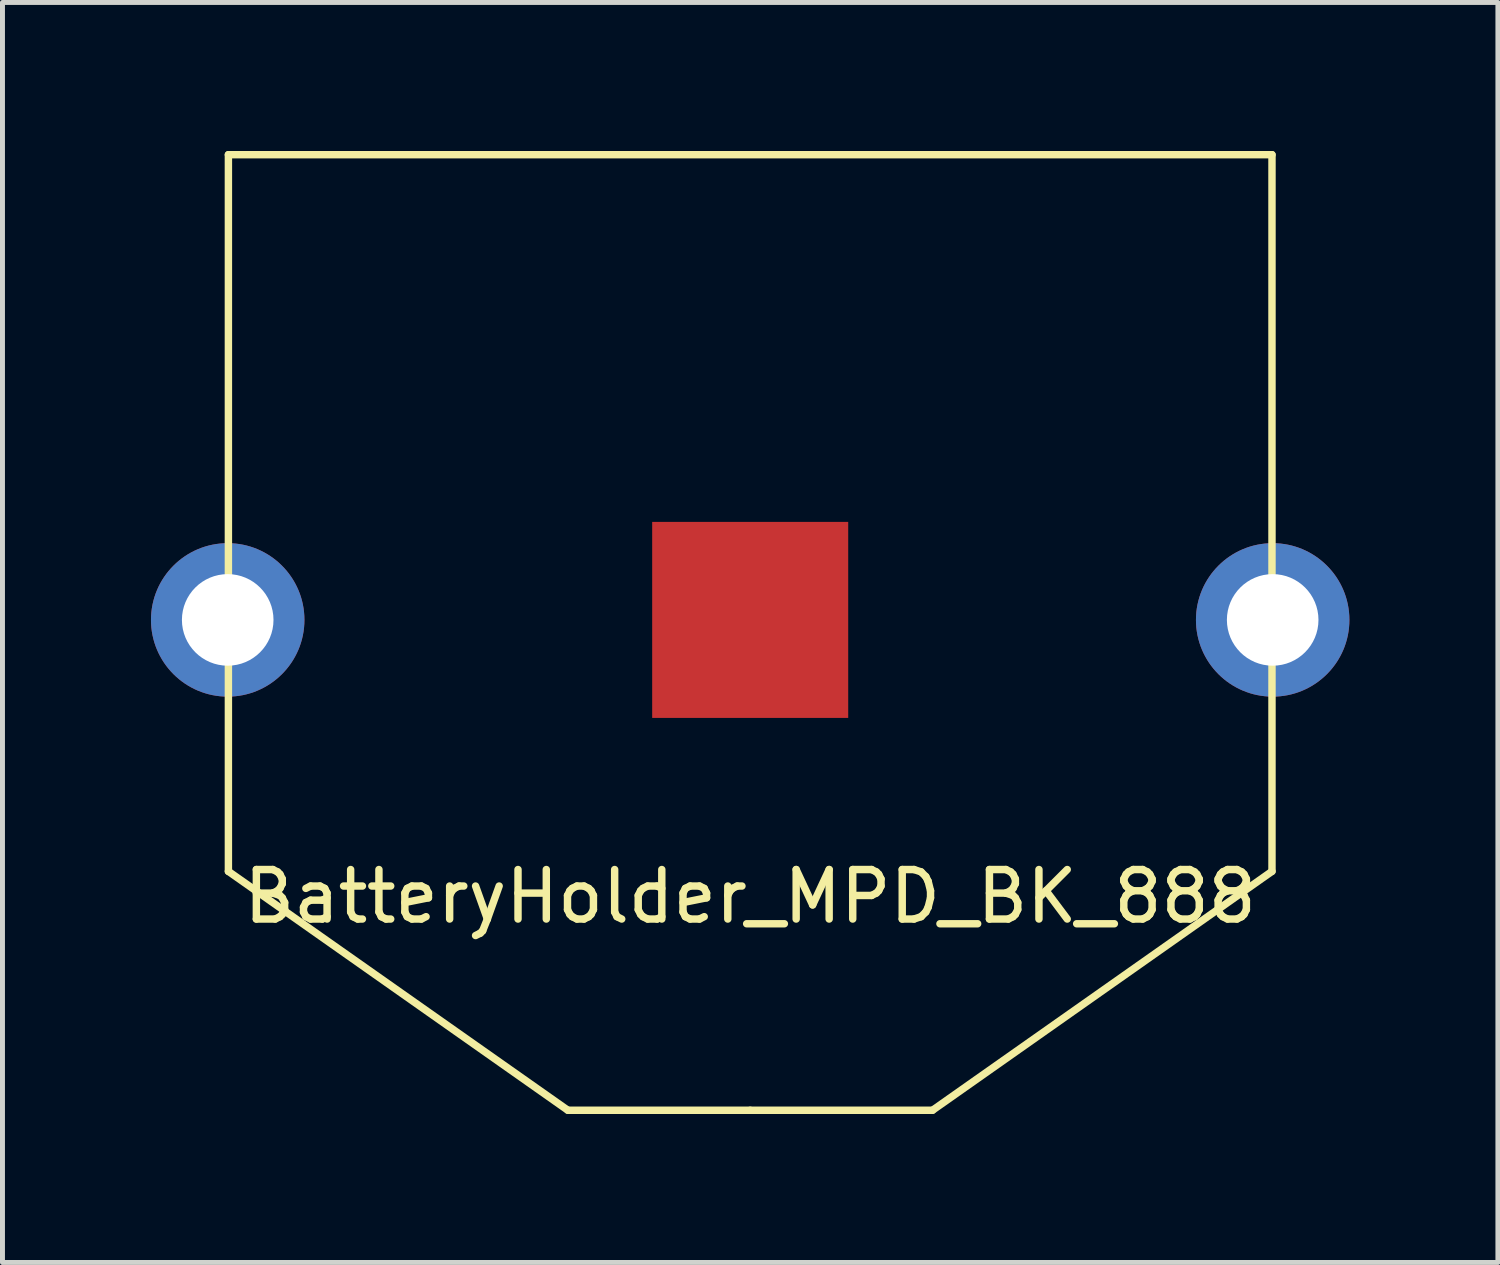
<source format=kicad_pcb>
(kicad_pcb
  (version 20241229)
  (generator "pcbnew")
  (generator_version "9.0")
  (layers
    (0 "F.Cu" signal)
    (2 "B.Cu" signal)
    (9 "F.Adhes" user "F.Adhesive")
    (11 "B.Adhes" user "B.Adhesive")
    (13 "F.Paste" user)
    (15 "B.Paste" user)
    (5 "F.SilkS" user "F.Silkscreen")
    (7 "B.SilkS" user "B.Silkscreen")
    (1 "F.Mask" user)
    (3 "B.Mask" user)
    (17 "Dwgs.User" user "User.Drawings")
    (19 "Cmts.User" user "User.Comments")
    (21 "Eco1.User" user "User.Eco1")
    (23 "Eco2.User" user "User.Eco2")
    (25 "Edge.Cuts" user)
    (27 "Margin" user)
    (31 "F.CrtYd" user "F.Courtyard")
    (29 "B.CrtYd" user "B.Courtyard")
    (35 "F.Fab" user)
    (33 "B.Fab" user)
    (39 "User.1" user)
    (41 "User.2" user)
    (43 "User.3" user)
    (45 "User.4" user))
  (footprint "BatteryHolder_MPD_BK_888"
    (layer "F.Cu")
    (at 12.105 9.473)
    (property "Reference" "BatteryHolder_MPD_BK_888" (at 0 5.588 0) (layer "F.SilkS") (effects (font (size 1 1) (thickness 0.15))))
    (attr through_hole)
    (fp_line (start -10.541 -9.398) (end 10.541 -9.398) (stroke (width 0.15) (type solid)) (layer "F.SilkS"))
    (fp_line (start -10.541 0) (end -10.541 -9.398) (stroke (width 0.15) (type solid)) (layer "F.SilkS"))
    (fp_line (start -10.541 0) (end -10.541 5.08) (stroke (width 0.15) (type solid)) (layer "F.SilkS"))
    (fp_line (start -10.541 5.08) (end -3.683 9.906) (stroke (width 0.15) (type solid)) (layer "F.SilkS"))
    (fp_line (start 0 9.906) (end -3.683 9.906) (stroke (width 0.15) (type solid)) (layer "F.SilkS"))
    (fp_line (start 3.683 9.906) (end 0 9.906) (stroke (width 0.15) (type solid)) (layer "F.SilkS"))
    (fp_line (start 3.683 9.906) (end 10.541 5.08) (stroke (width 0.15) (type solid)) (layer "F.SilkS"))
    (fp_line (start 10.541 -9.398) (end 10.541 0) (stroke (width 0.15) (type solid)) (layer "F.SilkS"))
    (fp_line (start 10.541 0) (end 10.541 5.08) (stroke (width 0.15) (type solid)) (layer "F.SilkS"))
    (pad "1" thru_hole circle (at -10.555 0) (size 3.1 3.1) (drill 1.85) (layers "*.Cu" "*.Mask"))
    (pad "1" thru_hole circle (at 10.555 0) (size 3.1 3.1) (drill 1.85) (layers "*.Cu" "*.Mask"))
    (pad "2" smd rect (at 0 0) (size 3.96 3.96) (layers "F.Cu" "F.Mask" "F.Paste")))
  (gr_rect
    (start -3 -3)
    (end 27.21 22.454)
    (stroke (width 0.1) (type default))
    (fill no)
    (layer "Edge.Cuts")))
</source>
